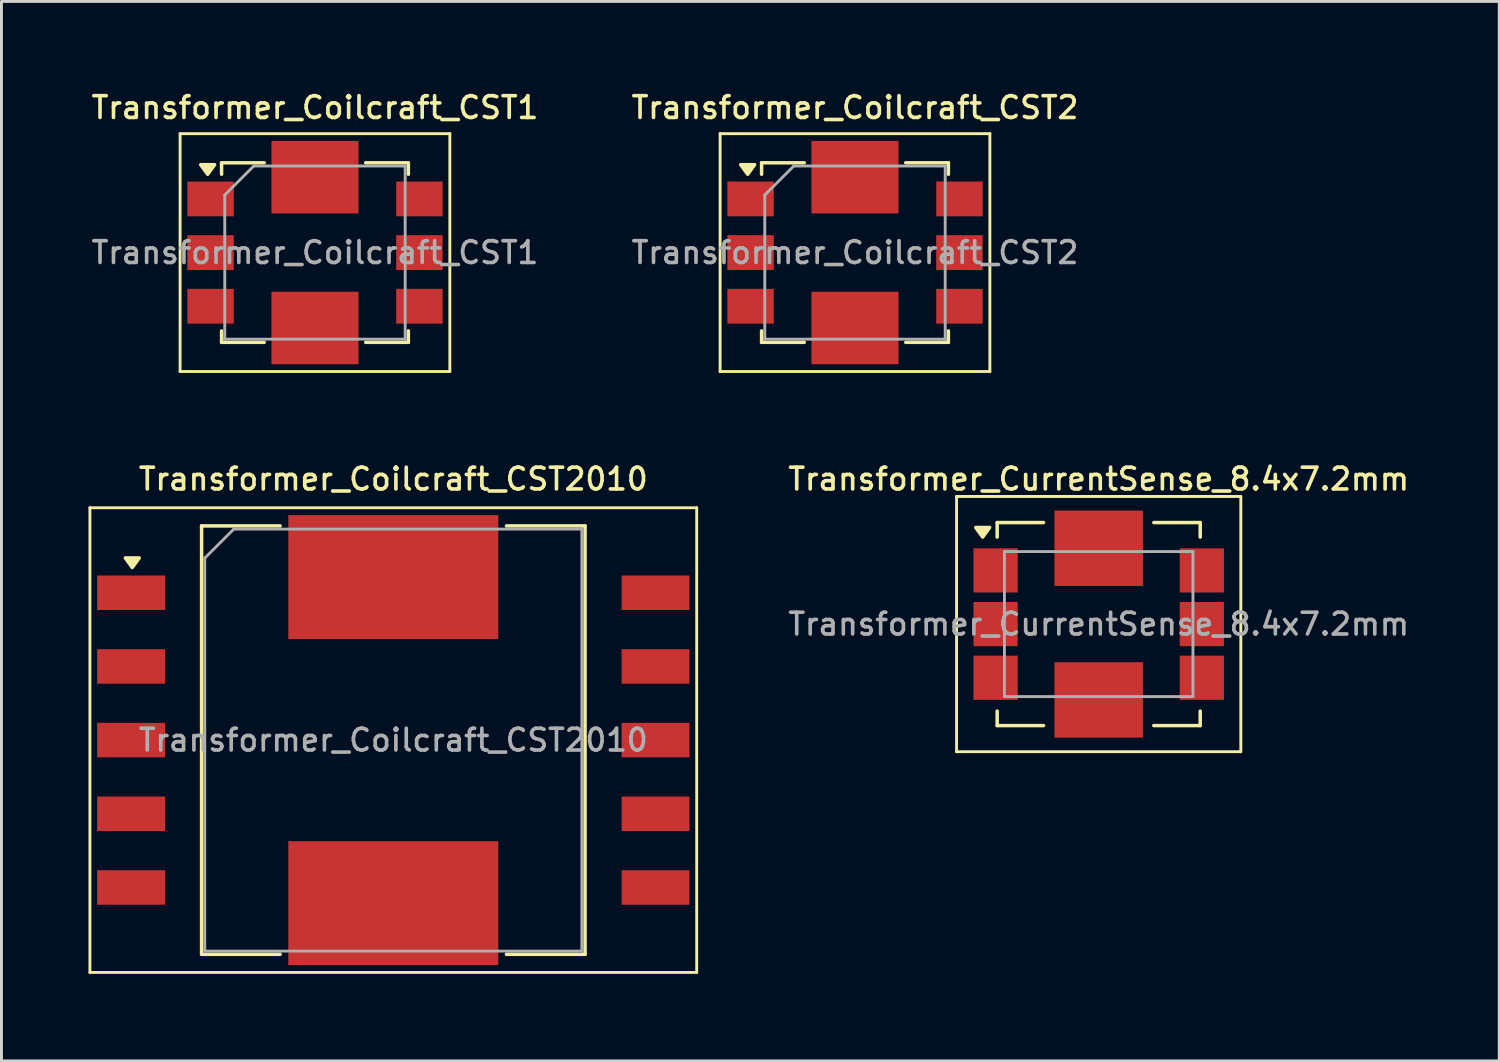
<source format=kicad_pcb>
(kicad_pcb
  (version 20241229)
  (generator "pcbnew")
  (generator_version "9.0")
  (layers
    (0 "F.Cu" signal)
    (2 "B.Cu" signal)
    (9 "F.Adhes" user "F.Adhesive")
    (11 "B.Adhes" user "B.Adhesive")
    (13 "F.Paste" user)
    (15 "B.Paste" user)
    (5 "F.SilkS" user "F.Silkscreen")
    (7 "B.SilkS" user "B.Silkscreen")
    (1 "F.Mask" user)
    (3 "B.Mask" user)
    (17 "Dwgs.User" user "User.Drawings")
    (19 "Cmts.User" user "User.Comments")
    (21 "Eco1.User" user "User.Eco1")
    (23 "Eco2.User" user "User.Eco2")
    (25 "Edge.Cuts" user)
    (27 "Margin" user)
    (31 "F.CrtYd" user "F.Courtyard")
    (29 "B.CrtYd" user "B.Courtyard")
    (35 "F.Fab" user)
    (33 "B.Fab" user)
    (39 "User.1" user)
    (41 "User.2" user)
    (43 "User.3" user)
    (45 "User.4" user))
  (footprint "Transformer_Coilcraft_CST2010"
    (layer "F.Cu")
    (at 10.51 22.466)
    (property "Reference" "Transformer_Coilcraft_CST2010" (at 0 -9 0) (layer "F.SilkS") (effects (font (size 0.75 0.75) (thickness 0.125))))
    (attr smd)
    (fp_line (start -10.46 -8.01) (end -10.46 8.01) (stroke (width 0.1) (type solid)) (layer "F.SilkS"))
    (fp_line (start -10.46 8.01) (end 10.46 8.01) (stroke (width 0.1) (type solid)) (layer "F.SilkS"))
    (fp_line (start -6.61 7.385) (end -6.61 -7.385) (stroke (width 0.12) (type solid)) (layer "F.SilkS"))
    (fp_line (start -3.9 -7.385) (end -6.61 -7.385) (stroke (width 0.12) (type solid)) (layer "F.SilkS"))
    (fp_line (start -3.9 7.385) (end -6.61 7.385) (stroke (width 0.12) (type solid)) (layer "F.SilkS"))
    (fp_line (start 6.61 -7.385) (end 3.9 -7.385) (stroke (width 0.12) (type solid)) (layer "F.SilkS"))
    (fp_line (start 6.61 7.385) (end 3.9 7.385) (stroke (width 0.12) (type solid)) (layer "F.SilkS"))
    (fp_line (start 6.61 7.385) (end 6.61 -7.385) (stroke (width 0.12) (type solid)) (layer "F.SilkS"))
    (fp_line (start 10.46 -8.01) (end -10.46 -8.01) (stroke (width 0.1) (type solid)) (layer "F.SilkS"))
    (fp_line (start 10.46 -8.01) (end 10.46 8.01) (stroke (width 0.1) (type solid)) (layer "F.SilkS"))
    (fp_poly (pts (xy -9 -5.95) (xy -9.24 -6.28) (xy -8.76 -6.28) (xy -9 -5.95)) (stroke (width 0.12) (type solid)) (fill yes) (layer "F.SilkS"))
    (fp_line (start -6.5 -6.275) (end -6.5 7.275) (stroke (width 0.1) (type solid)) (layer "F.Fab"))
    (fp_line (start -6.5 -6.275) (end -5.5 -7.275) (stroke (width 0.1) (type solid)) (layer "F.Fab"))
    (fp_line (start -6.5 7.275) (end 6.5 7.275) (stroke (width 0.1) (type solid)) (layer "F.Fab"))
    (fp_line (start -5.5 -7.275) (end 6.5 -7.275) (stroke (width 0.1) (type solid)) (layer "F.Fab"))
    (fp_line (start 6.5 7.275) (end 6.5 -7.275) (stroke (width 0.1) (type solid)) (layer "F.Fab"))
    (fp_text user "${REFERENCE}" (at 0 0 0) (layer "F.Fab") (effects (font (size 0.75 0.75) (thickness 0.125))))
    (pad "1" smd rect (at -9.04 -5.08) (size 2.34 1.19) (layers "F.Cu" "F.Mask" "F.Paste"))
    (pad "2" smd rect (at -9.04 -2.54) (size 2.34 1.19) (layers "F.Cu" "F.Mask" "F.Paste"))
    (pad "3" smd rect (at -9.04 0) (size 2.34 1.19) (layers "F.Cu" "F.Mask" "F.Paste"))
    (pad "4" smd rect (at -9.04 2.54) (size 2.34 1.19) (layers "F.Cu" "F.Mask" "F.Paste"))
    (pad "5" smd rect (at -9.04 5.08) (size 2.34 1.19) (layers "F.Cu" "F.Mask" "F.Paste"))
    (pad "6" smd rect (at 9.04 5.08) (size 2.34 1.19) (layers "F.Cu" "F.Mask" "F.Paste"))
    (pad "7" smd rect (at 9.04 2.54) (size 2.34 1.19) (layers "F.Cu" "F.Mask" "F.Paste"))
    (pad "8" smd rect (at 9.04 0) (size 2.34 1.19) (layers "F.Cu" "F.Mask" "F.Paste"))
    (pad "9" smd rect (at 9.04 -2.54) (size 2.34 1.19) (layers "F.Cu" "F.Mask" "F.Paste"))
    (pad "10" smd rect (at 9.04 -5.08) (size 2.34 1.19) (layers "F.Cu" "F.Mask" "F.Paste"))
    (pad "11" smd rect (at 0 -5.62) (size 7.24 4.27) (layers "F.Cu" "F.Mask" "F.Paste"))
    (pad "12" smd rect (at 0 5.62) (size 7.24 4.27) (layers "F.Cu" "F.Mask" "F.Paste")))
  (footprint "Transformer_CurrentSense_8.4x7.2mm"
    (layer "F.Cu")
    (at 34.829 18.466)
    (property "Reference" "Transformer_CurrentSense_8.4x7.2mm" (at 0 -5 0) (layer "F.SilkS") (effects (font (size 0.75 0.75) (thickness 0.125))))
    (attr smd)
    (fp_line (start -4.9 -4.4) (end -4.9 4.4) (stroke (width 0.1) (type solid)) (layer "F.SilkS"))
    (fp_line (start -4.9 4.4) (end 4.9 4.4) (stroke (width 0.1) (type solid)) (layer "F.SilkS"))
    (fp_line (start -3.5 -3.5) (end -3.5 -3) (stroke (width 0.12) (type solid)) (layer "F.SilkS"))
    (fp_line (start -3.5 -3.5) (end -1.9 -3.5) (stroke (width 0.12) (type solid)) (layer "F.SilkS"))
    (fp_line (start -3.5 3.5) (end -3.5 3) (stroke (width 0.12) (type solid)) (layer "F.SilkS"))
    (fp_line (start -1.9 3.5) (end -3.5 3.5) (stroke (width 0.12) (type solid)) (layer "F.SilkS"))
    (fp_line (start 1.9 -3.5) (end 3.5 -3.5) (stroke (width 0.12) (type solid)) (layer "F.SilkS"))
    (fp_line (start 1.9 3.5) (end 3.5 3.5) (stroke (width 0.12) (type solid)) (layer "F.SilkS"))
    (fp_line (start 3.5 -3.5) (end 3.5 -3) (stroke (width 0.12) (type solid)) (layer "F.SilkS"))
    (fp_line (start 3.5 3.5) (end 3.5 3) (stroke (width 0.12) (type solid)) (layer "F.SilkS"))
    (fp_line (start 4.9 -4.4) (end -4.9 -4.4) (stroke (width 0.1) (type solid)) (layer "F.SilkS"))
    (fp_line (start 4.9 4.4) (end 4.9 -4.4) (stroke (width 0.1) (type solid)) (layer "F.SilkS"))
    (fp_poly (pts (xy -4 -3) (xy -4.24 -3.33) (xy -3.76 -3.33) (xy -4 -3)) (stroke (width 0.12) (type solid)) (fill yes) (layer "F.SilkS"))
    (fp_line (start -3.25 -2.5) (end 3.25 -2.5) (stroke (width 0.1) (type solid)) (layer "F.Fab"))
    (fp_line (start -3.25 2.5) (end -3.25 -2.5) (stroke (width 0.1) (type solid)) (layer "F.Fab"))
    (fp_line (start 3.25 -2.5) (end 3.25 2.5) (stroke (width 0.1) (type solid)) (layer "F.Fab"))
    (fp_line (start 3.25 2.5) (end -3.25 2.5) (stroke (width 0.1) (type solid)) (layer "F.Fab"))
    (fp_text user "${REFERENCE}" (at 0 0 0) (layer "F.Fab") (effects (font (size 0.75 0.75) (thickness 0.125))))
    (pad "1" smd rect (at -3.555 -1.85) (size 1.524 1.524) (layers "F.Cu" "F.Mask" "F.Paste"))
    (pad "2" smd rect (at -3.555 0) (size 1.524 1.524) (layers "F.Cu" "F.Mask" "F.Paste"))
    (pad "3" smd rect (at -3.555 1.85) (size 1.524 1.524) (layers "F.Cu" "F.Mask" "F.Paste"))
    (pad "4" smd rect (at 3.555 1.85) (size 1.524 1.524) (layers "F.Cu" "F.Mask" "F.Paste"))
    (pad "5" smd rect (at 3.555 0) (size 1.524 1.524) (layers "F.Cu" "F.Mask" "F.Paste"))
    (pad "6" smd rect (at 3.555 -1.85) (size 1.524 1.524) (layers "F.Cu" "F.Mask" "F.Paste"))
    (pad "7" smd rect (at 0 2.615) (size 3.05 2.6) (layers "F.Cu" "F.Mask" "F.Paste"))
    (pad "8" smd rect (at 0 -2.615) (size 3.05 2.6) (layers "F.Cu" "F.Mask" "F.Paste")))
  (footprint "Transformer_Coilcraft_CST1"
    (layer "F.Cu")
    (at 7.809 5.658)
    (property "Reference" "Transformer_Coilcraft_CST1" (at 0 -5 0) (layer "F.SilkS") (effects (font (size 0.75 0.75) (thickness 0.125))))
    (attr smd)
    (fp_line (start -4.65 -4.1) (end -4.65 4.1) (stroke (width 0.1) (type solid)) (layer "F.SilkS"))
    (fp_line (start -4.65 4.1) (end 4.65 4.1) (stroke (width 0.1) (type solid)) (layer "F.SilkS"))
    (fp_line (start -3.22 -3.095) (end -3.22 -2.7) (stroke (width 0.12) (type solid)) (layer "F.SilkS"))
    (fp_line (start -3.22 -3.095) (end -1.75 -3.095) (stroke (width 0.12) (type solid)) (layer "F.SilkS"))
    (fp_line (start -3.22 3.095) (end -3.22 2.7) (stroke (width 0.12) (type solid)) (layer "F.SilkS"))
    (fp_line (start -3.22 3.095) (end -1.75 3.095) (stroke (width 0.12) (type solid)) (layer "F.SilkS"))
    (fp_line (start 3.22 -3.095) (end 1.75 -3.095) (stroke (width 0.12) (type solid)) (layer "F.SilkS"))
    (fp_line (start 3.22 -3.095) (end 3.22 -2.7) (stroke (width 0.12) (type solid)) (layer "F.SilkS"))
    (fp_line (start 3.22 3.095) (end 1.75 3.095) (stroke (width 0.12) (type solid)) (layer "F.SilkS"))
    (fp_line (start 3.22 3.095) (end 3.22 2.7) (stroke (width 0.12) (type solid)) (layer "F.SilkS"))
    (fp_line (start 4.65 -4.1) (end -4.65 -4.1) (stroke (width 0.1) (type solid)) (layer "F.SilkS"))
    (fp_line (start 4.65 4.1) (end 4.65 -4.1) (stroke (width 0.1) (type solid)) (layer "F.SilkS"))
    (fp_poly (pts (xy -3.7 -2.7) (xy -3.94 -3.03) (xy -3.46 -3.03) (xy -3.7 -2.7)) (stroke (width 0.12) (type solid)) (fill yes) (layer "F.SilkS"))
    (fp_line (start -3.11 2.985) (end -3.11 -1.985) (stroke (width 0.1) (type solid)) (layer "F.Fab"))
    (fp_line (start -3.11 2.985) (end 3.11 2.985) (stroke (width 0.1) (type solid)) (layer "F.Fab"))
    (fp_line (start -2.11 -2.985) (end -3.11 -1.985) (stroke (width 0.1) (type solid)) (layer "F.Fab"))
    (fp_line (start -2.11 -2.985) (end 3.11 -2.985) (stroke (width 0.1) (type solid)) (layer "F.Fab"))
    (fp_line (start 3.11 2.985) (end 3.11 -2.985) (stroke (width 0.1) (type solid)) (layer "F.Fab"))
    (fp_text user "${REFERENCE}" (at 0 0 0) (layer "F.Fab") (effects (font (size 0.75 0.75) (thickness 0.125))))
    (pad "1" smd rect (at -3.6 -1.85) (size 1.6 1.2) (layers "F.Cu" "F.Mask" "F.Paste"))
    (pad "2" smd rect (at -3.6 0) (size 1.6 1.2) (layers "F.Cu" "F.Mask" "F.Paste"))
    (pad "3" smd rect (at -3.6 1.85) (size 1.6 1.2) (layers "F.Cu" "F.Mask" "F.Paste"))
    (pad "4" smd rect (at 3.6 1.85) (size 1.6 1.2) (layers "F.Cu" "F.Mask" "F.Paste"))
    (pad "5" smd rect (at 3.6 0) (size 1.6 1.2) (layers "F.Cu" "F.Mask" "F.Paste"))
    (pad "6" smd rect (at 3.6 -1.85) (size 1.6 1.2) (layers "F.Cu" "F.Mask" "F.Paste"))
    (pad "7" smd rect (at 0 -2.6) (size 3 2.5) (layers "F.Cu" "F.Mask" "F.Paste"))
    (pad "8" smd rect (at 0 2.6) (size 3 2.5) (layers "F.Cu" "F.Mask" "F.Paste")))
  (footprint "Transformer_Coilcraft_CST2"
    (layer "F.Cu")
    (at 26.427 5.658)
    (property "Reference" "Transformer_Coilcraft_CST2" (at 0 -5 0) (layer "F.SilkS") (effects (font (size 0.75 0.75) (thickness 0.125))))
    (attr smd)
    (fp_line (start -4.65 -4.1) (end -4.65 4.1) (stroke (width 0.1) (type solid)) (layer "F.SilkS"))
    (fp_line (start -4.65 4.1) (end 4.65 4.1) (stroke (width 0.1) (type solid)) (layer "F.SilkS"))
    (fp_line (start -3.22 -3.095) (end -3.22 -2.7) (stroke (width 0.12) (type solid)) (layer "F.SilkS"))
    (fp_line (start -3.22 -3.095) (end -1.75 -3.095) (stroke (width 0.12) (type solid)) (layer "F.SilkS"))
    (fp_line (start -3.22 3.095) (end -3.22 2.7) (stroke (width 0.12) (type solid)) (layer "F.SilkS"))
    (fp_line (start -3.22 3.095) (end -1.75 3.095) (stroke (width 0.12) (type solid)) (layer "F.SilkS"))
    (fp_line (start 3.22 -3.095) (end 1.75 -3.095) (stroke (width 0.12) (type solid)) (layer "F.SilkS"))
    (fp_line (start 3.22 -3.095) (end 3.22 -2.7) (stroke (width 0.12) (type solid)) (layer "F.SilkS"))
    (fp_line (start 3.22 3.095) (end 1.75 3.095) (stroke (width 0.12) (type solid)) (layer "F.SilkS"))
    (fp_line (start 3.22 3.095) (end 3.22 2.7) (stroke (width 0.12) (type solid)) (layer "F.SilkS"))
    (fp_line (start 4.65 -4.1) (end -4.65 -4.1) (stroke (width 0.1) (type solid)) (layer "F.SilkS"))
    (fp_line (start 4.65 4.1) (end 4.65 -4.1) (stroke (width 0.1) (type solid)) (layer "F.SilkS"))
    (fp_poly (pts (xy -3.7 -2.7) (xy -3.94 -3.03) (xy -3.46 -3.03) (xy -3.7 -2.7)) (stroke (width 0.12) (type solid)) (fill yes) (layer "F.SilkS"))
    (fp_line (start -3.11 2.985) (end -3.11 -1.985) (stroke (width 0.1) (type solid)) (layer "F.Fab"))
    (fp_line (start -3.11 2.985) (end 3.11 2.985) (stroke (width 0.1) (type solid)) (layer "F.Fab"))
    (fp_line (start -2.11 -2.985) (end -3.11 -1.985) (stroke (width 0.1) (type solid)) (layer "F.Fab"))
    (fp_line (start -2.11 -2.985) (end 3.11 -2.985) (stroke (width 0.1) (type solid)) (layer "F.Fab"))
    (fp_line (start 3.11 2.985) (end 3.11 -2.985) (stroke (width 0.1) (type solid)) (layer "F.Fab"))
    (fp_text user "${REFERENCE}" (at 0 0 0) (layer "F.Fab") (effects (font (size 0.75 0.75) (thickness 0.125))))
    (pad "1" smd rect (at -3.6 -1.85) (size 1.6 1.2) (layers "F.Cu" "F.Mask" "F.Paste"))
    (pad "2" smd rect (at -3.6 0) (size 1.6 1.2) (layers "F.Cu" "F.Mask" "F.Paste"))
    (pad "3" smd rect (at -3.6 1.85) (size 1.6 1.2) (layers "F.Cu" "F.Mask" "F.Paste"))
    (pad "4" smd rect (at 3.6 1.85) (size 1.6 1.2) (layers "F.Cu" "F.Mask" "F.Paste"))
    (pad "5" smd rect (at 3.6 0) (size 1.6 1.2) (layers "F.Cu" "F.Mask" "F.Paste"))
    (pad "6" smd rect (at 3.6 -1.85) (size 1.6 1.2) (layers "F.Cu" "F.Mask" "F.Paste"))
    (pad "7" smd rect (at 0 2.6) (size 3 2.5) (layers "F.Cu" "F.Mask" "F.Paste"))
    (pad "8" smd rect (at 0 -2.6) (size 3 2.5) (layers "F.Cu" "F.Mask" "F.Paste")))
  (gr_rect
    (start -3 -3)
    (end 48.638 33.526)
    (stroke (width 0.1) (type default))
    (fill no)
    (layer "Edge.Cuts")))
</source>
